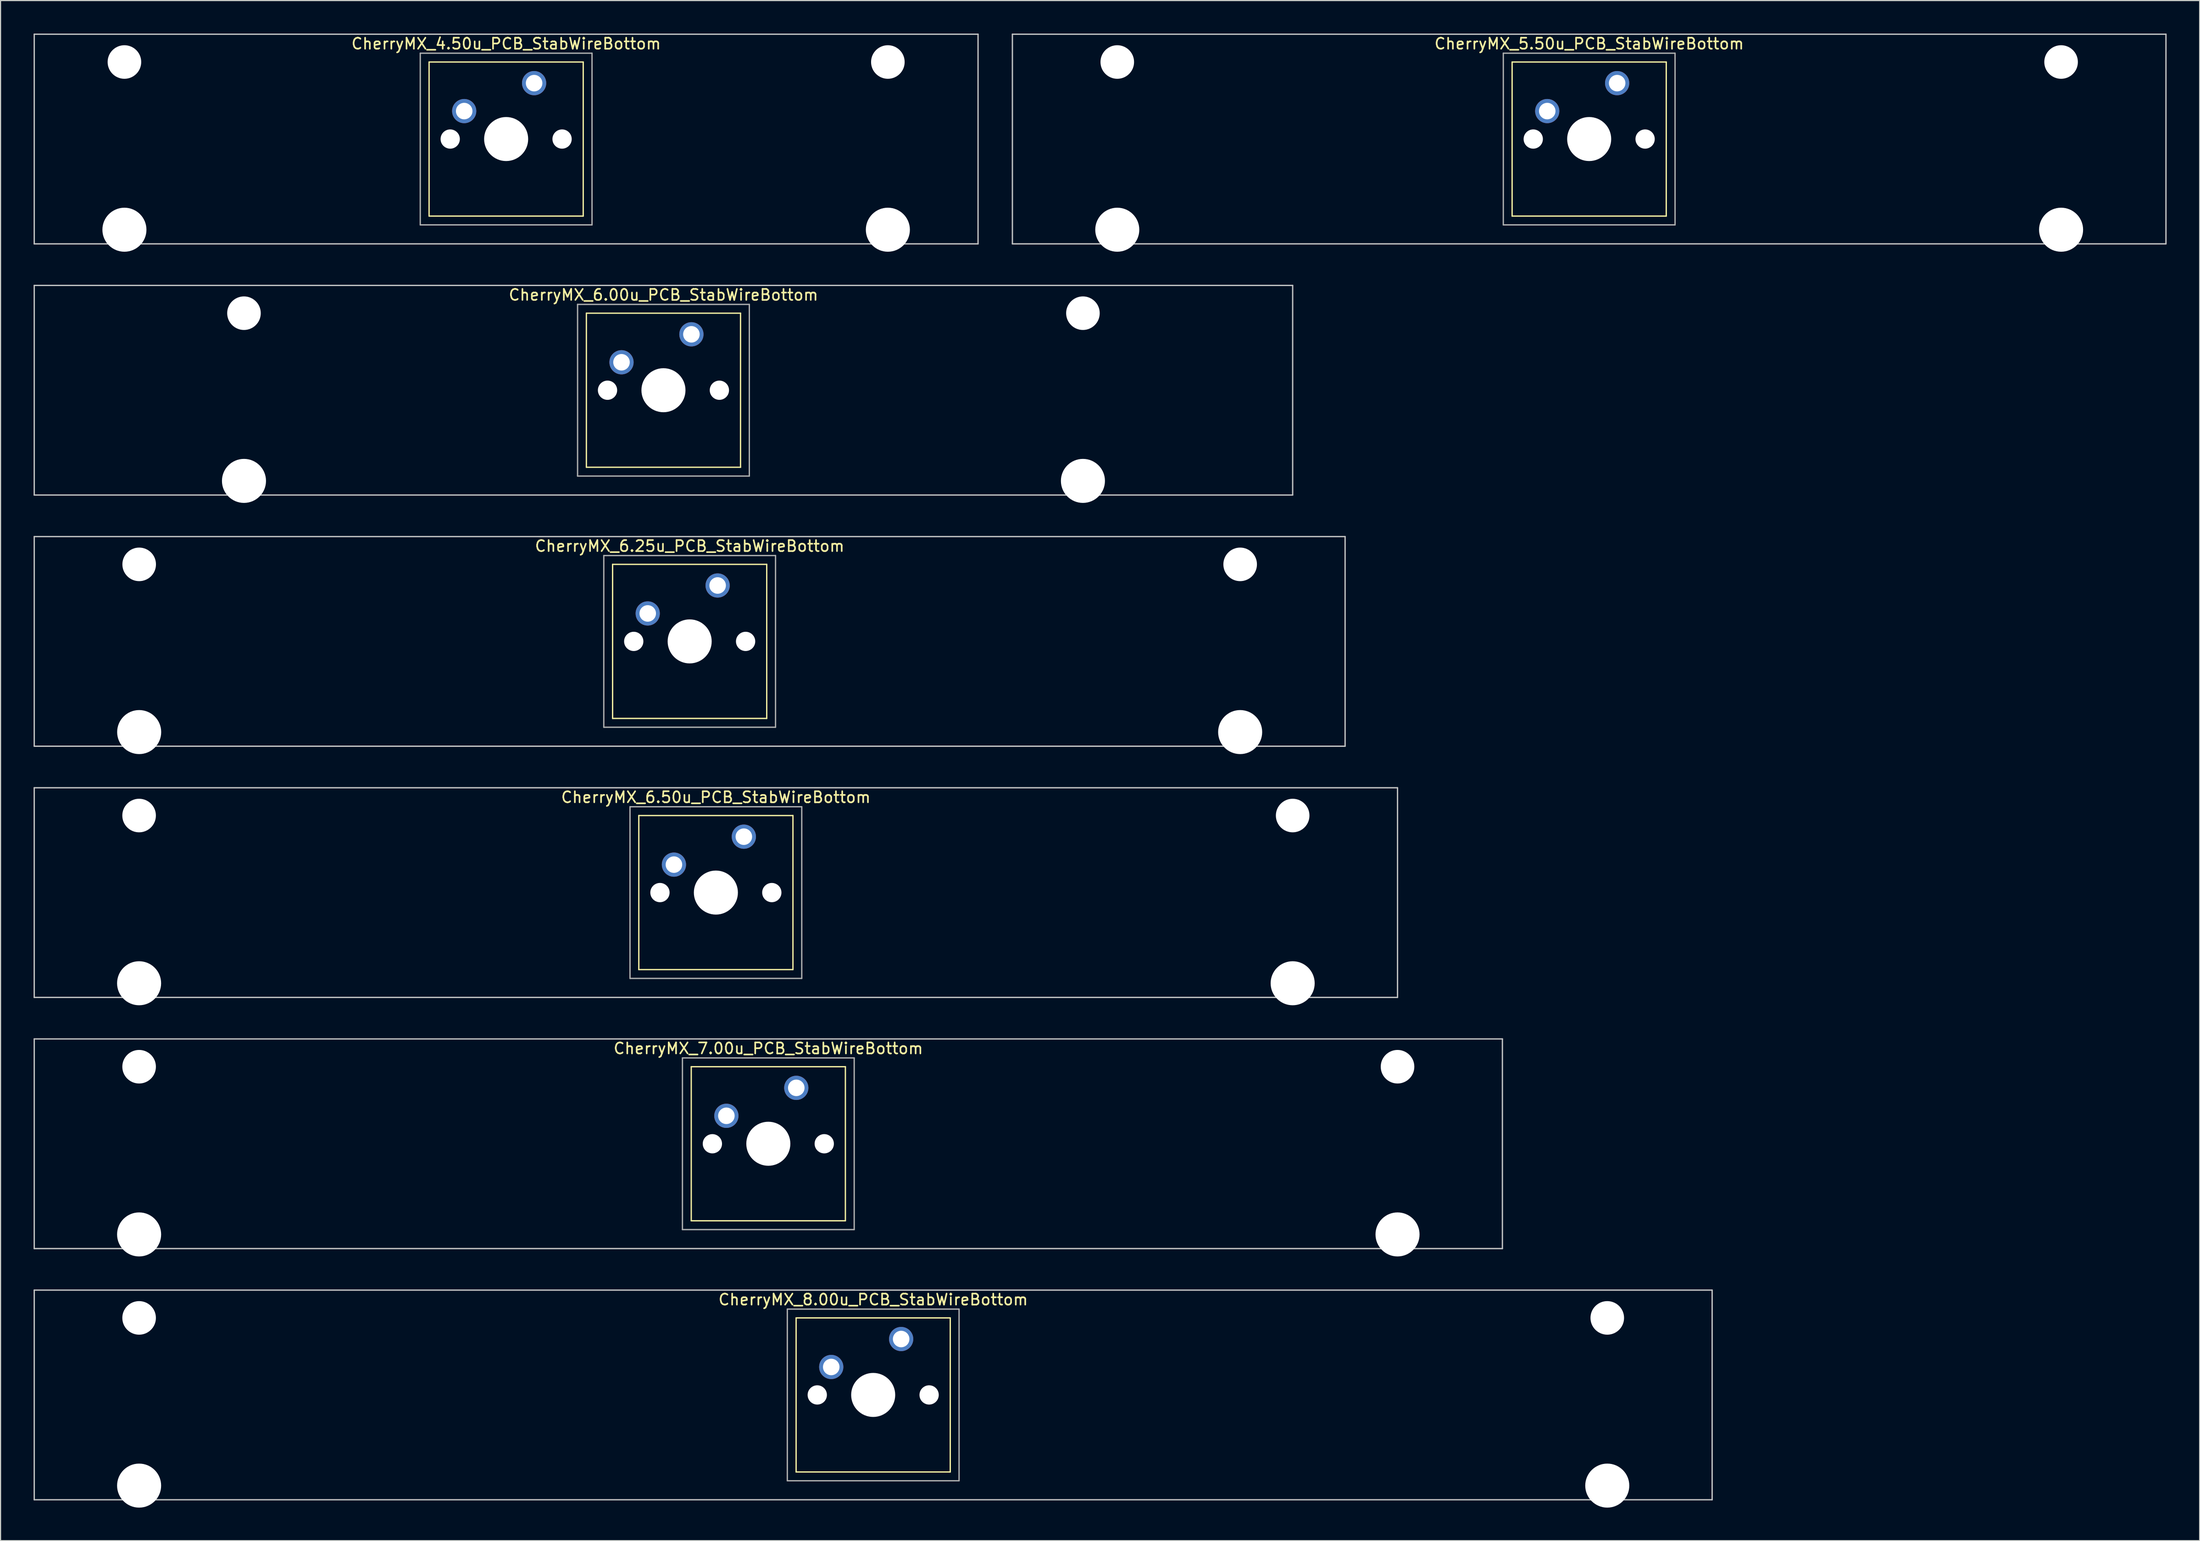
<source format=kicad_pcb>
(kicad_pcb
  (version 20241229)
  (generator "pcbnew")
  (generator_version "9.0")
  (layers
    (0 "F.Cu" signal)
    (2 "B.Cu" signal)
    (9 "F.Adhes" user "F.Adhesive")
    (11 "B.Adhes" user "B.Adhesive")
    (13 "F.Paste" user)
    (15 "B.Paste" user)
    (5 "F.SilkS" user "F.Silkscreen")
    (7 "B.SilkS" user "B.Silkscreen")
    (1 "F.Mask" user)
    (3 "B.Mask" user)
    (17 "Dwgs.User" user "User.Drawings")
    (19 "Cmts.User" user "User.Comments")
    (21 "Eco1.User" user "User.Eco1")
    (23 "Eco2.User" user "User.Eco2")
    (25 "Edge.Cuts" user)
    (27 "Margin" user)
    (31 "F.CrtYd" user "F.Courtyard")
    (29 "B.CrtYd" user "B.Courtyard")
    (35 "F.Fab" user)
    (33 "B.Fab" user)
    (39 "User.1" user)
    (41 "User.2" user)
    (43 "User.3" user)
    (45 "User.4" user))
  (footprint "CherryMX_6.25u_PCB_StabWireBottom"
    (layer "F.Cu")
    (at 59.591 55.235)
    (property "Reference" "CherryMX_6.25u_PCB_StabWireBottom" (at 0 -8.662 0) (layer "F.SilkS") (effects (font (size 1 1) (thickness 0.15))))
    (attr through_hole)
    (fp_line (start -7 -7) (end -7 7) (stroke (width 0.12) (type solid)) (layer "F.SilkS"))
    (fp_line (start -7 -7) (end 7 -7) (stroke (width 0.12) (type solid)) (layer "F.SilkS"))
    (fp_line (start 7 -7) (end 7 7) (stroke (width 0.12) (type solid)) (layer "F.SilkS"))
    (fp_line (start 7 7) (end -7 7) (stroke (width 0.12) (type solid)) (layer "F.SilkS"))
    (fp_line (start -59.531 -9.525) (end 59.531 -9.525) (stroke (width 0.12) (type solid)) (layer "Dwgs.User"))
    (fp_line (start -59.531 9.525) (end -59.531 -9.525) (stroke (width 0.12) (type solid)) (layer "Dwgs.User"))
    (fp_line (start 59.531 -9.525) (end 59.531 9.525) (stroke (width 0.12) (type solid)) (layer "Dwgs.User"))
    (fp_line (start 59.531 9.525) (end -59.531 9.525) (stroke (width 0.12) (type solid)) (layer "Dwgs.User"))
    (fp_line (start -7.8 -7.8) (end -7.8 7.8) (stroke (width 0.12) (type solid)) (layer "F.Fab"))
    (fp_line (start -7.8 -7.8) (end 7.8 -7.8) (stroke (width 0.12) (type solid)) (layer "F.Fab"))
    (fp_line (start -7.8 7.8) (end 7.8 7.8) (stroke (width 0.12) (type solid)) (layer "F.Fab"))
    (fp_line (start 7.8 -7.8) (end 7.8 7.8) (stroke (width 0.12) (type solid)) (layer "F.Fab"))
    (pad "" np_thru_hole circle (at -50 -7) (size 3.05 3.05) (drill 3.05) (layers "*.Cu" "*.Mask"))
    (pad "" np_thru_hole circle (at -50 8.24) (size 4 4) (drill 4) (layers "*.Cu" "*.Mask"))
    (pad "" np_thru_hole circle (at -5.08 0) (size 1.75 1.75) (drill 1.75) (layers "*.Cu" "*.Mask"))
    (pad "" np_thru_hole circle (at 0 0) (size 4 4) (drill 4) (layers "*.Cu" "*.Mask"))
    (pad "" np_thru_hole circle (at 5.08 0) (size 1.75 1.75) (drill 1.75) (layers "*.Cu" "*.Mask"))
    (pad "" np_thru_hole circle (at 50 -7) (size 3.05 3.05) (drill 3.05) (layers "*.Cu" "*.Mask"))
    (pad "" np_thru_hole circle (at 50 8.24) (size 4 4) (drill 4) (layers "*.Cu" "*.Mask"))
    (pad "1" thru_hole circle (at -3.81 -2.54) (size 2.2 2.2) (drill 1.5) (layers "*.Cu" "*.Mask"))
    (pad "2" thru_hole circle (at 2.54 -5.08) (size 2.2 2.2) (drill 1.5) (layers "*.Cu" "*.Mask")))
  (footprint "CherryMX_6.50u_PCB_StabWireBottom"
    (layer "F.Cu")
    (at 61.972 78.06)
    (property "Reference" "CherryMX_6.50u_PCB_StabWireBottom" (at 0 -8.662 0) (layer "F.SilkS") (effects (font (size 1 1) (thickness 0.15))))
    (attr through_hole)
    (fp_line (start -7 -7) (end -7 7) (stroke (width 0.12) (type solid)) (layer "F.SilkS"))
    (fp_line (start -7 -7) (end 7 -7) (stroke (width 0.12) (type solid)) (layer "F.SilkS"))
    (fp_line (start 7 -7) (end 7 7) (stroke (width 0.12) (type solid)) (layer "F.SilkS"))
    (fp_line (start 7 7) (end -7 7) (stroke (width 0.12) (type solid)) (layer "F.SilkS"))
    (fp_line (start -61.913 -9.525) (end 61.913 -9.525) (stroke (width 0.12) (type solid)) (layer "Dwgs.User"))
    (fp_line (start -61.913 9.525) (end -61.913 -9.525) (stroke (width 0.12) (type solid)) (layer "Dwgs.User"))
    (fp_line (start 61.913 -9.525) (end 61.913 9.525) (stroke (width 0.12) (type solid)) (layer "Dwgs.User"))
    (fp_line (start 61.913 9.525) (end -61.913 9.525) (stroke (width 0.12) (type solid)) (layer "Dwgs.User"))
    (fp_line (start -7.8 -7.8) (end -7.8 7.8) (stroke (width 0.12) (type solid)) (layer "F.Fab"))
    (fp_line (start -7.8 -7.8) (end 7.8 -7.8) (stroke (width 0.12) (type solid)) (layer "F.Fab"))
    (fp_line (start -7.8 7.8) (end 7.8 7.8) (stroke (width 0.12) (type solid)) (layer "F.Fab"))
    (fp_line (start 7.8 -7.8) (end 7.8 7.8) (stroke (width 0.12) (type solid)) (layer "F.Fab"))
    (pad "" np_thru_hole circle (at -52.388 -7) (size 3.05 3.05) (drill 3.05) (layers "*.Cu" "*.Mask"))
    (pad "" np_thru_hole circle (at -52.388 8.24) (size 4 4) (drill 4) (layers "*.Cu" "*.Mask"))
    (pad "" np_thru_hole circle (at -5.08 0) (size 1.75 1.75) (drill 1.75) (layers "*.Cu" "*.Mask"))
    (pad "" np_thru_hole circle (at 0 0) (size 4 4) (drill 4) (layers "*.Cu" "*.Mask"))
    (pad "" np_thru_hole circle (at 5.08 0) (size 1.75 1.75) (drill 1.75) (layers "*.Cu" "*.Mask"))
    (pad "" np_thru_hole circle (at 52.388 -7) (size 3.05 3.05) (drill 3.05) (layers "*.Cu" "*.Mask"))
    (pad "" np_thru_hole circle (at 52.388 8.24) (size 4 4) (drill 4) (layers "*.Cu" "*.Mask"))
    (pad "1" thru_hole circle (at -3.81 -2.54) (size 2.2 2.2) (drill 1.5) (layers "*.Cu" "*.Mask"))
    (pad "2" thru_hole circle (at 2.54 -5.08) (size 2.2 2.2) (drill 1.5) (layers "*.Cu" "*.Mask")))
  (footprint "CherryMX_4.50u_PCB_StabWireBottom"
    (layer "F.Cu")
    (at 42.922 9.585)
    (property "Reference" "CherryMX_4.50u_PCB_StabWireBottom" (at 0 -8.662 0) (layer "F.SilkS") (effects (font (size 1 1) (thickness 0.15))))
    (attr through_hole)
    (fp_line (start -7 -7) (end -7 7) (stroke (width 0.12) (type solid)) (layer "F.SilkS"))
    (fp_line (start -7 -7) (end 7 -7) (stroke (width 0.12) (type solid)) (layer "F.SilkS"))
    (fp_line (start 7 -7) (end 7 7) (stroke (width 0.12) (type solid)) (layer "F.SilkS"))
    (fp_line (start 7 7) (end -7 7) (stroke (width 0.12) (type solid)) (layer "F.SilkS"))
    (fp_line (start -42.862 -9.525) (end 42.862 -9.525) (stroke (width 0.12) (type solid)) (layer "Dwgs.User"))
    (fp_line (start -42.862 9.525) (end -42.862 -9.525) (stroke (width 0.12) (type solid)) (layer "Dwgs.User"))
    (fp_line (start 42.862 -9.525) (end 42.862 9.525) (stroke (width 0.12) (type solid)) (layer "Dwgs.User"))
    (fp_line (start 42.862 9.525) (end -42.862 9.525) (stroke (width 0.12) (type solid)) (layer "Dwgs.User"))
    (fp_line (start -7.8 -7.8) (end -7.8 7.8) (stroke (width 0.12) (type solid)) (layer "F.Fab"))
    (fp_line (start -7.8 -7.8) (end 7.8 -7.8) (stroke (width 0.12) (type solid)) (layer "F.Fab"))
    (fp_line (start -7.8 7.8) (end 7.8 7.8) (stroke (width 0.12) (type solid)) (layer "F.Fab"))
    (fp_line (start 7.8 -7.8) (end 7.8 7.8) (stroke (width 0.12) (type solid)) (layer "F.Fab"))
    (pad "" np_thru_hole circle (at -34.671 -7) (size 3.05 3.05) (drill 3.05) (layers "*.Cu" "*.Mask"))
    (pad "" np_thru_hole circle (at -34.671 8.24) (size 4 4) (drill 4) (layers "*.Cu" "*.Mask"))
    (pad "" np_thru_hole circle (at -5.08 0) (size 1.75 1.75) (drill 1.75) (layers "*.Cu" "*.Mask"))
    (pad "" np_thru_hole circle (at 0 0) (size 4 4) (drill 4) (layers "*.Cu" "*.Mask"))
    (pad "" np_thru_hole circle (at 5.08 0) (size 1.75 1.75) (drill 1.75) (layers "*.Cu" "*.Mask"))
    (pad "" np_thru_hole circle (at 34.671 -7) (size 3.05 3.05) (drill 3.05) (layers "*.Cu" "*.Mask"))
    (pad "" np_thru_hole circle (at 34.671 8.24) (size 4 4) (drill 4) (layers "*.Cu" "*.Mask"))
    (pad "1" thru_hole circle (at -3.81 -2.54) (size 2.2 2.2) (drill 1.5) (layers "*.Cu" "*.Mask"))
    (pad "2" thru_hole circle (at 2.54 -5.08) (size 2.2 2.2) (drill 1.5) (layers "*.Cu" "*.Mask")))
  (footprint "CherryMX_8.00u_PCB_StabWireBottom"
    (layer "F.Cu")
    (at 76.26 123.71)
    (property "Reference" "CherryMX_8.00u_PCB_StabWireBottom" (at 0 -8.662 0) (layer "F.SilkS") (effects (font (size 1 1) (thickness 0.15))))
    (attr through_hole)
    (fp_line (start -7 -7) (end -7 7) (stroke (width 0.12) (type solid)) (layer "F.SilkS"))
    (fp_line (start -7 -7) (end 7 -7) (stroke (width 0.12) (type solid)) (layer "F.SilkS"))
    (fp_line (start 7 -7) (end 7 7) (stroke (width 0.12) (type solid)) (layer "F.SilkS"))
    (fp_line (start 7 7) (end -7 7) (stroke (width 0.12) (type solid)) (layer "F.SilkS"))
    (fp_line (start -76.2 -9.525) (end 76.2 -9.525) (stroke (width 0.12) (type solid)) (layer "Dwgs.User"))
    (fp_line (start -76.2 9.525) (end -76.2 -9.525) (stroke (width 0.12) (type solid)) (layer "Dwgs.User"))
    (fp_line (start 76.2 -9.525) (end 76.2 9.525) (stroke (width 0.12) (type solid)) (layer "Dwgs.User"))
    (fp_line (start 76.2 9.525) (end -76.2 9.525) (stroke (width 0.12) (type solid)) (layer "Dwgs.User"))
    (fp_line (start -7.8 -7.8) (end -7.8 7.8) (stroke (width 0.12) (type solid)) (layer "F.Fab"))
    (fp_line (start -7.8 -7.8) (end 7.8 -7.8) (stroke (width 0.12) (type solid)) (layer "F.Fab"))
    (fp_line (start -7.8 7.8) (end 7.8 7.8) (stroke (width 0.12) (type solid)) (layer "F.Fab"))
    (fp_line (start 7.8 -7.8) (end 7.8 7.8) (stroke (width 0.12) (type solid)) (layer "F.Fab"))
    (pad "" np_thru_hole circle (at -66.675 -7) (size 3.05 3.05) (drill 3.05) (layers "*.Cu" "*.Mask"))
    (pad "" np_thru_hole circle (at -66.675 8.24) (size 4 4) (drill 4) (layers "*.Cu" "*.Mask"))
    (pad "" np_thru_hole circle (at -5.08 0) (size 1.75 1.75) (drill 1.75) (layers "*.Cu" "*.Mask"))
    (pad "" np_thru_hole circle (at 0 0) (size 4 4) (drill 4) (layers "*.Cu" "*.Mask"))
    (pad "" np_thru_hole circle (at 5.08 0) (size 1.75 1.75) (drill 1.75) (layers "*.Cu" "*.Mask"))
    (pad "" np_thru_hole circle (at 66.675 -7) (size 3.05 3.05) (drill 3.05) (layers "*.Cu" "*.Mask"))
    (pad "" np_thru_hole circle (at 66.675 8.24) (size 4 4) (drill 4) (layers "*.Cu" "*.Mask"))
    (pad "1" thru_hole circle (at -3.81 -2.54) (size 2.2 2.2) (drill 1.5) (layers "*.Cu" "*.Mask"))
    (pad "2" thru_hole circle (at 2.54 -5.08) (size 2.2 2.2) (drill 1.5) (layers "*.Cu" "*.Mask")))
  (footprint "CherryMX_7.00u_PCB_StabWireBottom"
    (layer "F.Cu")
    (at 66.735 100.885)
    (property "Reference" "CherryMX_7.00u_PCB_StabWireBottom" (at 0 -8.662 0) (layer "F.SilkS") (effects (font (size 1 1) (thickness 0.15))))
    (attr through_hole)
    (fp_line (start -7 -7) (end -7 7) (stroke (width 0.12) (type solid)) (layer "F.SilkS"))
    (fp_line (start -7 -7) (end 7 -7) (stroke (width 0.12) (type solid)) (layer "F.SilkS"))
    (fp_line (start 7 -7) (end 7 7) (stroke (width 0.12) (type solid)) (layer "F.SilkS"))
    (fp_line (start 7 7) (end -7 7) (stroke (width 0.12) (type solid)) (layer "F.SilkS"))
    (fp_line (start -66.675 -9.525) (end 66.675 -9.525) (stroke (width 0.12) (type solid)) (layer "Dwgs.User"))
    (fp_line (start -66.675 9.525) (end -66.675 -9.525) (stroke (width 0.12) (type solid)) (layer "Dwgs.User"))
    (fp_line (start 66.675 -9.525) (end 66.675 9.525) (stroke (width 0.12) (type solid)) (layer "Dwgs.User"))
    (fp_line (start 66.675 9.525) (end -66.675 9.525) (stroke (width 0.12) (type solid)) (layer "Dwgs.User"))
    (fp_line (start -7.8 -7.8) (end -7.8 7.8) (stroke (width 0.12) (type solid)) (layer "F.Fab"))
    (fp_line (start -7.8 -7.8) (end 7.8 -7.8) (stroke (width 0.12) (type solid)) (layer "F.Fab"))
    (fp_line (start -7.8 7.8) (end 7.8 7.8) (stroke (width 0.12) (type solid)) (layer "F.Fab"))
    (fp_line (start 7.8 -7.8) (end 7.8 7.8) (stroke (width 0.12) (type solid)) (layer "F.Fab"))
    (pad "" np_thru_hole circle (at -57.15 -7) (size 3.05 3.05) (drill 3.05) (layers "*.Cu" "*.Mask"))
    (pad "" np_thru_hole circle (at -57.15 8.24) (size 4 4) (drill 4) (layers "*.Cu" "*.Mask"))
    (pad "" np_thru_hole circle (at -5.08 0) (size 1.75 1.75) (drill 1.75) (layers "*.Cu" "*.Mask"))
    (pad "" np_thru_hole circle (at 0 0) (size 4 4) (drill 4) (layers "*.Cu" "*.Mask"))
    (pad "" np_thru_hole circle (at 5.08 0) (size 1.75 1.75) (drill 1.75) (layers "*.Cu" "*.Mask"))
    (pad "" np_thru_hole circle (at 57.15 -7) (size 3.05 3.05) (drill 3.05) (layers "*.Cu" "*.Mask"))
    (pad "" np_thru_hole circle (at 57.15 8.24) (size 4 4) (drill 4) (layers "*.Cu" "*.Mask"))
    (pad "1" thru_hole circle (at -3.81 -2.54) (size 2.2 2.2) (drill 1.5) (layers "*.Cu" "*.Mask"))
    (pad "2" thru_hole circle (at 2.54 -5.08) (size 2.2 2.2) (drill 1.5) (layers "*.Cu" "*.Mask")))
  (footprint "CherryMX_5.50u_PCB_StabWireBottom"
    (layer "F.Cu")
    (at 141.292 9.585)
    (property "Reference" "CherryMX_5.50u_PCB_StabWireBottom" (at 0 -8.662 0) (layer "F.SilkS") (effects (font (size 1 1) (thickness 0.15))))
    (attr through_hole)
    (fp_line (start -7 -7) (end -7 7) (stroke (width 0.12) (type solid)) (layer "F.SilkS"))
    (fp_line (start -7 -7) (end 7 -7) (stroke (width 0.12) (type solid)) (layer "F.SilkS"))
    (fp_line (start 7 -7) (end 7 7) (stroke (width 0.12) (type solid)) (layer "F.SilkS"))
    (fp_line (start 7 7) (end -7 7) (stroke (width 0.12) (type solid)) (layer "F.SilkS"))
    (fp_line (start -52.388 -9.525) (end 52.388 -9.525) (stroke (width 0.12) (type solid)) (layer "Dwgs.User"))
    (fp_line (start -52.388 9.525) (end -52.388 -9.525) (stroke (width 0.12) (type solid)) (layer "Dwgs.User"))
    (fp_line (start 52.388 -9.525) (end 52.388 9.525) (stroke (width 0.12) (type solid)) (layer "Dwgs.User"))
    (fp_line (start 52.388 9.525) (end -52.388 9.525) (stroke (width 0.12) (type solid)) (layer "Dwgs.User"))
    (fp_line (start -7.8 -7.8) (end -7.8 7.8) (stroke (width 0.12) (type solid)) (layer "F.Fab"))
    (fp_line (start -7.8 -7.8) (end 7.8 -7.8) (stroke (width 0.12) (type solid)) (layer "F.Fab"))
    (fp_line (start -7.8 7.8) (end 7.8 7.8) (stroke (width 0.12) (type solid)) (layer "F.Fab"))
    (fp_line (start 7.8 -7.8) (end 7.8 7.8) (stroke (width 0.12) (type solid)) (layer "F.Fab"))
    (pad "" np_thru_hole circle (at -42.862 -7) (size 3.05 3.05) (drill 3.05) (layers "*.Cu" "*.Mask"))
    (pad "" np_thru_hole circle (at -42.862 8.24) (size 4 4) (drill 4) (layers "*.Cu" "*.Mask"))
    (pad "" np_thru_hole circle (at -5.08 0) (size 1.75 1.75) (drill 1.75) (layers "*.Cu" "*.Mask"))
    (pad "" np_thru_hole circle (at 0 0) (size 4 4) (drill 4) (layers "*.Cu" "*.Mask"))
    (pad "" np_thru_hole circle (at 5.08 0) (size 1.75 1.75) (drill 1.75) (layers "*.Cu" "*.Mask"))
    (pad "" np_thru_hole circle (at 42.862 -7) (size 3.05 3.05) (drill 3.05) (layers "*.Cu" "*.Mask"))
    (pad "" np_thru_hole circle (at 42.862 8.24) (size 4 4) (drill 4) (layers "*.Cu" "*.Mask"))
    (pad "1" thru_hole circle (at -3.81 -2.54) (size 2.2 2.2) (drill 1.5) (layers "*.Cu" "*.Mask"))
    (pad "2" thru_hole circle (at 2.54 -5.08) (size 2.2 2.2) (drill 1.5) (layers "*.Cu" "*.Mask")))
  (footprint "CherryMX_6.00u_PCB_StabWireBottom"
    (layer "F.Cu")
    (at 57.21 32.41)
    (property "Reference" "CherryMX_6.00u_PCB_StabWireBottom" (at 0 -8.662 0) (layer "F.SilkS") (effects (font (size 1 1) (thickness 0.15))))
    (attr through_hole)
    (fp_line (start -7 -7) (end -7 7) (stroke (width 0.12) (type solid)) (layer "F.SilkS"))
    (fp_line (start -7 -7) (end 7 -7) (stroke (width 0.12) (type solid)) (layer "F.SilkS"))
    (fp_line (start 7 -7) (end 7 7) (stroke (width 0.12) (type solid)) (layer "F.SilkS"))
    (fp_line (start 7 7) (end -7 7) (stroke (width 0.12) (type solid)) (layer "F.SilkS"))
    (fp_line (start -57.15 -9.525) (end 57.15 -9.525) (stroke (width 0.12) (type solid)) (layer "Dwgs.User"))
    (fp_line (start -57.15 9.525) (end -57.15 -9.525) (stroke (width 0.12) (type solid)) (layer "Dwgs.User"))
    (fp_line (start 57.15 -9.525) (end 57.15 9.525) (stroke (width 0.12) (type solid)) (layer "Dwgs.User"))
    (fp_line (start 57.15 9.525) (end -57.15 9.525) (stroke (width 0.12) (type solid)) (layer "Dwgs.User"))
    (fp_line (start -7.8 -7.8) (end -7.8 7.8) (stroke (width 0.12) (type solid)) (layer "F.Fab"))
    (fp_line (start -7.8 -7.8) (end 7.8 -7.8) (stroke (width 0.12) (type solid)) (layer "F.Fab"))
    (fp_line (start -7.8 7.8) (end 7.8 7.8) (stroke (width 0.12) (type solid)) (layer "F.Fab"))
    (fp_line (start 7.8 -7.8) (end 7.8 7.8) (stroke (width 0.12) (type solid)) (layer "F.Fab"))
    (pad "" np_thru_hole circle (at -38.1 -7) (size 3.05 3.05) (drill 3.05) (layers "*.Cu" "*.Mask"))
    (pad "" np_thru_hole circle (at -38.1 8.24) (size 4 4) (drill 4) (layers "*.Cu" "*.Mask"))
    (pad "" np_thru_hole circle (at -5.08 0) (size 1.75 1.75) (drill 1.75) (layers "*.Cu" "*.Mask"))
    (pad "" np_thru_hole circle (at 0 0) (size 4 4) (drill 4) (layers "*.Cu" "*.Mask"))
    (pad "" np_thru_hole circle (at 5.08 0) (size 1.75 1.75) (drill 1.75) (layers "*.Cu" "*.Mask"))
    (pad "" np_thru_hole circle (at 38.1 -7) (size 3.05 3.05) (drill 3.05) (layers "*.Cu" "*.Mask"))
    (pad "" np_thru_hole circle (at 38.1 8.24) (size 4 4) (drill 4) (layers "*.Cu" "*.Mask"))
    (pad "1" thru_hole circle (at -3.81 -2.54) (size 2.2 2.2) (drill 1.5) (layers "*.Cu" "*.Mask"))
    (pad "2" thru_hole circle (at 2.54 -5.08) (size 2.2 2.2) (drill 1.5) (layers "*.Cu" "*.Mask")))
  (gr_rect
    (start -3 -3)
    (end 196.74 136.95)
    (stroke (width 0.1) (type default))
    (fill no)
    (layer "Edge.Cuts")))
</source>
